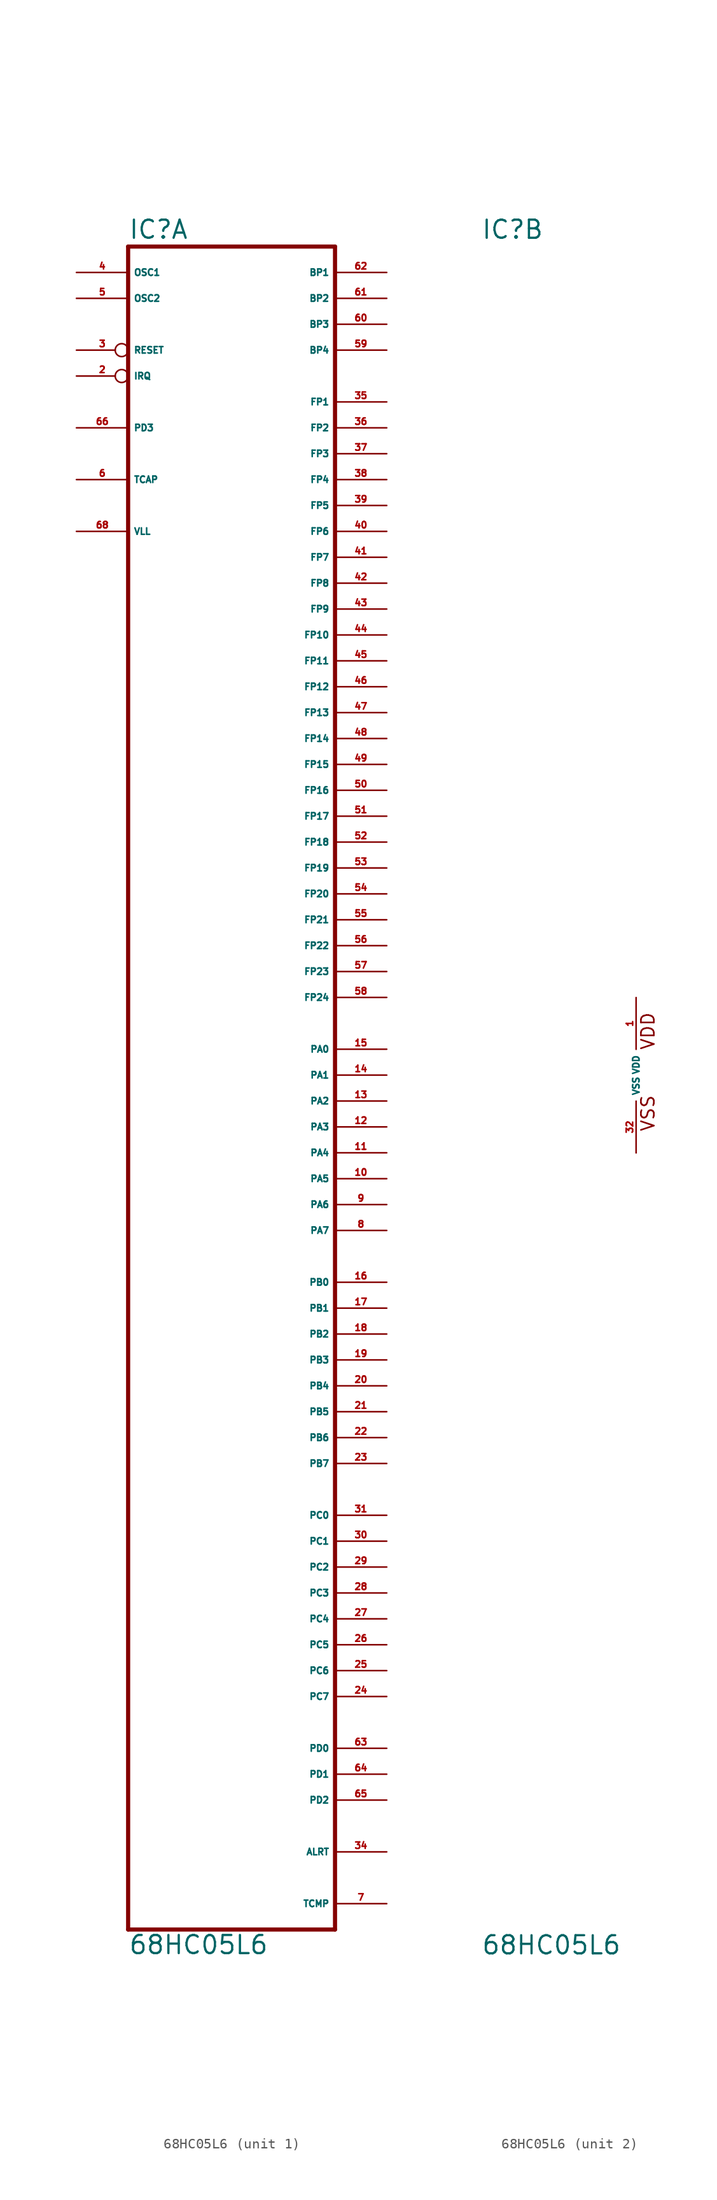
<source format=kicad_sym>
(kicad_symbol_lib
  (version 20220914)
  (generator Eagle2Kicad)
  (symbol "68HC05L6"
    (property "Reference" "IC"
      (at -15.24 81.915 0)
      (effects (font (size 1.778 1.778) (thickness 0.22)) (justify left bottom)))
    (property "Value" "68HC05L6"
      (at -15.24 -86.36 0)
      (effects (font (size 1.778 1.778) (thickness 0.22)) (justify left bottom)))
    (symbol "68HC05L6_1_0"
      (polyline (pts (xy -15.24 -83.82) (xy 5.08 -83.82)) (stroke (width 0.406) (type default)) (fill (type none)))
      (polyline (pts (xy 5.08 -83.82) (xy 5.08 81.28)) (stroke (width 0.406) (type default)) (fill (type none)))
      (polyline (pts (xy 5.08 81.28) (xy -15.24 81.28)) (stroke (width 0.406) (type default)) (fill (type none)))
      (polyline (pts (xy -15.24 81.28) (xy -15.24 -83.82)) (stroke (width 0.406) (type default)) (fill (type none)))
      (pin input inverted (at -20.32 68.58 0) (length 5.08) (name "IRQ" (effects (font (size 0.635 0.635) (thickness 0.08)) (justify left bottom))) (number "2" (effects (font (size 0.635 0.635) (thickness 0.08)) (justify left bottom))))
      (pin input inverted (at -20.32 71.12 0) (length 5.08) (name "RESET" (effects (font (size 0.635 0.635) (thickness 0.08)) (justify left bottom))) (number "3" (effects (font (size 0.635 0.635) (thickness 0.08)) (justify left bottom))))
      (pin input line (at -20.32 78.74 0) (length 5.08) (name "OSC1" (effects (font (size 0.635 0.635) (thickness 0.08)) (justify left bottom))) (number "4" (effects (font (size 0.635 0.635) (thickness 0.08)) (justify left bottom))))
      (pin passive line (at -20.32 76.2 0) (length 5.08) (name "OSC2" (effects (font (size 0.635 0.635) (thickness 0.08)) (justify left bottom))) (number "5" (effects (font (size 0.635 0.635) (thickness 0.08)) (justify left bottom))))
      (pin input line (at -20.32 58.42 0) (length 5.08) (name "TCAP" (effects (font (size 0.635 0.635) (thickness 0.08)) (justify left bottom))) (number "6" (effects (font (size 0.635 0.635) (thickness 0.08)) (justify left bottom))))
      (pin output line (at 10.16 -81.28 180) (length 5.08) (name "TCMP" (effects (font (size 0.635 0.635) (thickness 0.08)) (justify left bottom))) (number "7" (effects (font (size 0.635 0.635) (thickness 0.08)) (justify left bottom))))
      (pin bidirectional line (at 10.16 -15.24 180) (length 5.08) (name "PA7" (effects (font (size 0.635 0.635) (thickness 0.08)) (justify left bottom))) (number "8" (effects (font (size 0.635 0.635) (thickness 0.08)) (justify left bottom))))
      (pin bidirectional line (at 10.16 -12.7 180) (length 5.08) (name "PA6" (effects (font (size 0.635 0.635) (thickness 0.08)) (justify left bottom))) (number "9" (effects (font (size 0.635 0.635) (thickness 0.08)) (justify left bottom))))
      (pin bidirectional line (at 10.16 -10.16 180) (length 5.08) (name "PA5" (effects (font (size 0.635 0.635) (thickness 0.08)) (justify left bottom))) (number "10" (effects (font (size 0.635 0.635) (thickness 0.08)) (justify left bottom))))
      (pin bidirectional line (at 10.16 -7.62 180) (length 5.08) (name "PA4" (effects (font (size 0.635 0.635) (thickness 0.08)) (justify left bottom))) (number "11" (effects (font (size 0.635 0.635) (thickness 0.08)) (justify left bottom))))
      (pin bidirectional line (at 10.16 -5.08 180) (length 5.08) (name "PA3" (effects (font (size 0.635 0.635) (thickness 0.08)) (justify left bottom))) (number "12" (effects (font (size 0.635 0.635) (thickness 0.08)) (justify left bottom))))
      (pin bidirectional line (at 10.16 -2.54 180) (length 5.08) (name "PA2" (effects (font (size 0.635 0.635) (thickness 0.08)) (justify left bottom))) (number "13" (effects (font (size 0.635 0.635) (thickness 0.08)) (justify left bottom))))
      (pin bidirectional line (at 10.16 0 180) (length 5.08) (name "PA1" (effects (font (size 0.635 0.635) (thickness 0.08)) (justify left bottom))) (number "14" (effects (font (size 0.635 0.635) (thickness 0.08)) (justify left bottom))))
      (pin bidirectional line (at 10.16 2.54 180) (length 5.08) (name "PA0" (effects (font (size 0.635 0.635) (thickness 0.08)) (justify left bottom))) (number "15" (effects (font (size 0.635 0.635) (thickness 0.08)) (justify left bottom))))
      (pin bidirectional line (at 10.16 -20.32 180) (length 5.08) (name "PB0" (effects (font (size 0.635 0.635) (thickness 0.08)) (justify left bottom))) (number "16" (effects (font (size 0.635 0.635) (thickness 0.08)) (justify left bottom))))
      (pin bidirectional line (at 10.16 -22.86 180) (length 5.08) (name "PB1" (effects (font (size 0.635 0.635) (thickness 0.08)) (justify left bottom))) (number "17" (effects (font (size 0.635 0.635) (thickness 0.08)) (justify left bottom))))
      (pin bidirectional line (at 10.16 -25.4 180) (length 5.08) (name "PB2" (effects (font (size 0.635 0.635) (thickness 0.08)) (justify left bottom))) (number "18" (effects (font (size 0.635 0.635) (thickness 0.08)) (justify left bottom))))
      (pin bidirectional line (at 10.16 -27.94 180) (length 5.08) (name "PB3" (effects (font (size 0.635 0.635) (thickness 0.08)) (justify left bottom))) (number "19" (effects (font (size 0.635 0.635) (thickness 0.08)) (justify left bottom))))
      (pin bidirectional line (at 10.16 -30.48 180) (length 5.08) (name "PB4" (effects (font (size 0.635 0.635) (thickness 0.08)) (justify left bottom))) (number "20" (effects (font (size 0.635 0.635) (thickness 0.08)) (justify left bottom))))
      (pin bidirectional line (at 10.16 -33.02 180) (length 5.08) (name "PB5" (effects (font (size 0.635 0.635) (thickness 0.08)) (justify left bottom))) (number "21" (effects (font (size 0.635 0.635) (thickness 0.08)) (justify left bottom))))
      (pin bidirectional line (at 10.16 -35.56 180) (length 5.08) (name "PB6" (effects (font (size 0.635 0.635) (thickness 0.08)) (justify left bottom))) (number "22" (effects (font (size 0.635 0.635) (thickness 0.08)) (justify left bottom))))
      (pin bidirectional line (at 10.16 -38.1 180) (length 5.08) (name "PB7" (effects (font (size 0.635 0.635) (thickness 0.08)) (justify left bottom))) (number "23" (effects (font (size 0.635 0.635) (thickness 0.08)) (justify left bottom))))
      (pin bidirectional line (at 10.16 -60.96 180) (length 5.08) (name "PC7" (effects (font (size 0.635 0.635) (thickness 0.08)) (justify left bottom))) (number "24" (effects (font (size 0.635 0.635) (thickness 0.08)) (justify left bottom))))
      (pin bidirectional line (at 10.16 -58.42 180) (length 5.08) (name "PC6" (effects (font (size 0.635 0.635) (thickness 0.08)) (justify left bottom))) (number "25" (effects (font (size 0.635 0.635) (thickness 0.08)) (justify left bottom))))
      (pin bidirectional line (at 10.16 -55.88 180) (length 5.08) (name "PC5" (effects (font (size 0.635 0.635) (thickness 0.08)) (justify left bottom))) (number "26" (effects (font (size 0.635 0.635) (thickness 0.08)) (justify left bottom))))
      (pin bidirectional line (at 10.16 -53.34 180) (length 5.08) (name "PC4" (effects (font (size 0.635 0.635) (thickness 0.08)) (justify left bottom))) (number "27" (effects (font (size 0.635 0.635) (thickness 0.08)) (justify left bottom))))
      (pin bidirectional line (at 10.16 -50.8 180) (length 5.08) (name "PC3" (effects (font (size 0.635 0.635) (thickness 0.08)) (justify left bottom))) (number "28" (effects (font (size 0.635 0.635) (thickness 0.08)) (justify left bottom))))
      (pin bidirectional line (at 10.16 -48.26 180) (length 5.08) (name "PC2" (effects (font (size 0.635 0.635) (thickness 0.08)) (justify left bottom))) (number "29" (effects (font (size 0.635 0.635) (thickness 0.08)) (justify left bottom))))
      (pin bidirectional line (at 10.16 -45.72 180) (length 5.08) (name "PC1" (effects (font (size 0.635 0.635) (thickness 0.08)) (justify left bottom))) (number "30" (effects (font (size 0.635 0.635) (thickness 0.08)) (justify left bottom))))
      (pin bidirectional line (at 10.16 -43.18 180) (length 5.08) (name "PC0" (effects (font (size 0.635 0.635) (thickness 0.08)) (justify left bottom))) (number "31" (effects (font (size 0.635 0.635) (thickness 0.08)) (justify left bottom))))
      (pin output line (at 10.16 -76.2 180) (length 5.08) (name "ALRT" (effects (font (size 0.635 0.635) (thickness 0.08)) (justify left bottom))) (number "34" (effects (font (size 0.635 0.635) (thickness 0.08)) (justify left bottom))))
      (pin output line (at 10.16 66.04 180) (length 5.08) (name "FP1" (effects (font (size 0.635 0.635) (thickness 0.08)) (justify left bottom))) (number "35" (effects (font (size 0.635 0.635) (thickness 0.08)) (justify left bottom))))
      (pin output line (at 10.16 63.5 180) (length 5.08) (name "FP2" (effects (font (size 0.635 0.635) (thickness 0.08)) (justify left bottom))) (number "36" (effects (font (size 0.635 0.635) (thickness 0.08)) (justify left bottom))))
      (pin output line (at 10.16 60.96 180) (length 5.08) (name "FP3" (effects (font (size 0.635 0.635) (thickness 0.08)) (justify left bottom))) (number "37" (effects (font (size 0.635 0.635) (thickness 0.08)) (justify left bottom))))
      (pin output line (at 10.16 58.42 180) (length 5.08) (name "FP4" (effects (font (size 0.635 0.635) (thickness 0.08)) (justify left bottom))) (number "38" (effects (font (size 0.635 0.635) (thickness 0.08)) (justify left bottom))))
      (pin output line (at 10.16 55.88 180) (length 5.08) (name "FP5" (effects (font (size 0.635 0.635) (thickness 0.08)) (justify left bottom))) (number "39" (effects (font (size 0.635 0.635) (thickness 0.08)) (justify left bottom))))
      (pin output line (at 10.16 53.34 180) (length 5.08) (name "FP6" (effects (font (size 0.635 0.635) (thickness 0.08)) (justify left bottom))) (number "40" (effects (font (size 0.635 0.635) (thickness 0.08)) (justify left bottom))))
      (pin output line (at 10.16 50.8 180) (length 5.08) (name "FP7" (effects (font (size 0.635 0.635) (thickness 0.08)) (justify left bottom))) (number "41" (effects (font (size 0.635 0.635) (thickness 0.08)) (justify left bottom))))
      (pin output line (at 10.16 48.26 180) (length 5.08) (name "FP8" (effects (font (size 0.635 0.635) (thickness 0.08)) (justify left bottom))) (number "42" (effects (font (size 0.635 0.635) (thickness 0.08)) (justify left bottom))))
      (pin output line (at 10.16 45.72 180) (length 5.08) (name "FP9" (effects (font (size 0.635 0.635) (thickness 0.08)) (justify left bottom))) (number "43" (effects (font (size 0.635 0.635) (thickness 0.08)) (justify left bottom))))
      (pin output line (at 10.16 43.18 180) (length 5.08) (name "FP10" (effects (font (size 0.635 0.635) (thickness 0.08)) (justify left bottom))) (number "44" (effects (font (size 0.635 0.635) (thickness 0.08)) (justify left bottom))))
      (pin output line (at 10.16 40.64 180) (length 5.08) (name "FP11" (effects (font (size 0.635 0.635) (thickness 0.08)) (justify left bottom))) (number "45" (effects (font (size 0.635 0.635) (thickness 0.08)) (justify left bottom))))
      (pin output line (at 10.16 38.1 180) (length 5.08) (name "FP12" (effects (font (size 0.635 0.635) (thickness 0.08)) (justify left bottom))) (number "46" (effects (font (size 0.635 0.635) (thickness 0.08)) (justify left bottom))))
      (pin output line (at 10.16 35.56 180) (length 5.08) (name "FP13" (effects (font (size 0.635 0.635) (thickness 0.08)) (justify left bottom))) (number "47" (effects (font (size 0.635 0.635) (thickness 0.08)) (justify left bottom))))
      (pin output line (at 10.16 33.02 180) (length 5.08) (name "FP14" (effects (font (size 0.635 0.635) (thickness 0.08)) (justify left bottom))) (number "48" (effects (font (size 0.635 0.635) (thickness 0.08)) (justify left bottom))))
      (pin output line (at 10.16 30.48 180) (length 5.08) (name "FP15" (effects (font (size 0.635 0.635) (thickness 0.08)) (justify left bottom))) (number "49" (effects (font (size 0.635 0.635) (thickness 0.08)) (justify left bottom))))
      (pin output line (at 10.16 27.94 180) (length 5.08) (name "FP16" (effects (font (size 0.635 0.635) (thickness 0.08)) (justify left bottom))) (number "50" (effects (font (size 0.635 0.635) (thickness 0.08)) (justify left bottom))))
      (pin output line (at 10.16 25.4 180) (length 5.08) (name "FP17" (effects (font (size 0.635 0.635) (thickness 0.08)) (justify left bottom))) (number "51" (effects (font (size 0.635 0.635) (thickness 0.08)) (justify left bottom))))
      (pin output line (at 10.16 22.86 180) (length 5.08) (name "FP18" (effects (font (size 0.635 0.635) (thickness 0.08)) (justify left bottom))) (number "52" (effects (font (size 0.635 0.635) (thickness 0.08)) (justify left bottom))))
      (pin output line (at 10.16 20.32 180) (length 5.08) (name "FP19" (effects (font (size 0.635 0.635) (thickness 0.08)) (justify left bottom))) (number "53" (effects (font (size 0.635 0.635) (thickness 0.08)) (justify left bottom))))
      (pin output line (at 10.16 17.78 180) (length 5.08) (name "FP20" (effects (font (size 0.635 0.635) (thickness 0.08)) (justify left bottom))) (number "54" (effects (font (size 0.635 0.635) (thickness 0.08)) (justify left bottom))))
      (pin output line (at 10.16 15.24 180) (length 5.08) (name "FP21" (effects (font (size 0.635 0.635) (thickness 0.08)) (justify left bottom))) (number "55" (effects (font (size 0.635 0.635) (thickness 0.08)) (justify left bottom))))
      (pin output line (at 10.16 12.7 180) (length 5.08) (name "FP22" (effects (font (size 0.635 0.635) (thickness 0.08)) (justify left bottom))) (number "56" (effects (font (size 0.635 0.635) (thickness 0.08)) (justify left bottom))))
      (pin output line (at 10.16 10.16 180) (length 5.08) (name "FP23" (effects (font (size 0.635 0.635) (thickness 0.08)) (justify left bottom))) (number "57" (effects (font (size 0.635 0.635) (thickness 0.08)) (justify left bottom))))
      (pin output line (at 10.16 7.62 180) (length 5.08) (name "FP24" (effects (font (size 0.635 0.635) (thickness 0.08)) (justify left bottom))) (number "58" (effects (font (size 0.635 0.635) (thickness 0.08)) (justify left bottom))))
      (pin output line (at 10.16 71.12 180) (length 5.08) (name "BP4" (effects (font (size 0.635 0.635) (thickness 0.08)) (justify left bottom))) (number "59" (effects (font (size 0.635 0.635) (thickness 0.08)) (justify left bottom))))
      (pin output line (at 10.16 73.66 180) (length 5.08) (name "BP3" (effects (font (size 0.635 0.635) (thickness 0.08)) (justify left bottom))) (number "60" (effects (font (size 0.635 0.635) (thickness 0.08)) (justify left bottom))))
      (pin output line (at 10.16 76.2 180) (length 5.08) (name "BP2" (effects (font (size 0.635 0.635) (thickness 0.08)) (justify left bottom))) (number "61" (effects (font (size 0.635 0.635) (thickness 0.08)) (justify left bottom))))
      (pin output line (at 10.16 78.74 180) (length 5.08) (name "BP1" (effects (font (size 0.635 0.635) (thickness 0.08)) (justify left bottom))) (number "62" (effects (font (size 0.635 0.635) (thickness 0.08)) (justify left bottom))))
      (pin bidirectional line (at 10.16 -66.04 180) (length 5.08) (name "PD0" (effects (font (size 0.635 0.635) (thickness 0.08)) (justify left bottom))) (number "63" (effects (font (size 0.635 0.635) (thickness 0.08)) (justify left bottom))))
      (pin bidirectional line (at 10.16 -68.58 180) (length 5.08) (name "PD1" (effects (font (size 0.635 0.635) (thickness 0.08)) (justify left bottom))) (number "64" (effects (font (size 0.635 0.635) (thickness 0.08)) (justify left bottom))))
      (pin bidirectional line (at 10.16 -71.12 180) (length 5.08) (name "PD2" (effects (font (size 0.635 0.635) (thickness 0.08)) (justify left bottom))) (number "65" (effects (font (size 0.635 0.635) (thickness 0.08)) (justify left bottom))))
      (pin input line (at -20.32 63.5 0) (length 5.08) (name "PD3" (effects (font (size 0.635 0.635) (thickness 0.08)) (justify left bottom))) (number "66" (effects (font (size 0.635 0.635) (thickness 0.08)) (justify left bottom))))
      (pin input line (at -20.32 53.34 0) (length 5.08) (name "VLL" (effects (font (size 0.635 0.635) (thickness 0.08)) (justify left bottom))) (number "68" (effects (font (size 0.635 0.635) (thickness 0.08)) (justify left bottom)))))
    (symbol "68HC05L6_2_0"
      (text "VSS" (at 1.905 -5.588 900) (effects (font (size 1.27 1.27) (thickness 0.16)) (justify left bottom)))
      (text "VDD" (at 1.905 2.413 900) (effects (font (size 1.27 1.27) (thickness 0.16)) (justify left bottom)))
      (pin unspecified line (at 0 -7.62 90) (length 5.08) (name "VSS" (effects (font (size 0.635 0.635) (thickness 0.08)) (justify left bottom))) (number "32" (effects (font (size 0.635 0.635) (thickness 0.08)) (justify left bottom))))
      (pin unspecified line (at 0 7.62 270) (length 5.08) (name "VDD" (effects (font (size 0.635 0.635) (thickness 0.08)) (justify left bottom))) (number "1" (effects (font (size 0.635 0.635) (thickness 0.08)) (justify left bottom)))))))
</source>
